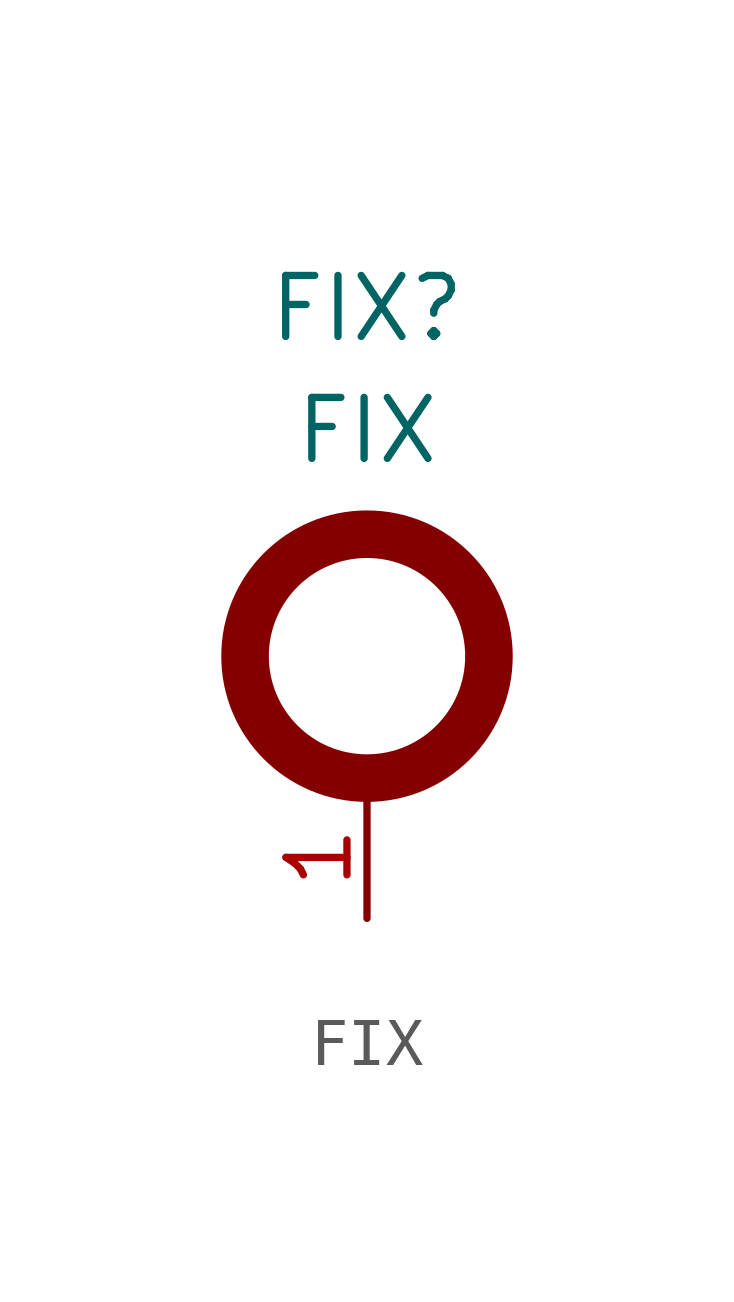
<source format=kicad_sym>
(kicad_symbol_lib
  (version 20220914)
  (generator kicad_symbol_editor)
  (symbol "FIX"
    (pin_names
      (offset 1.016) hide)
    (property "Reference" "FIX"
      (at 0 12.7 0)
      (effects (font (size 1.27 1.27))))
    (property "Value" "FIX"
      (at 0 10.16 0)
      (effects (font (size 1.27 1.27))))
    (property "Datasheet" ""
      (at 0 0 0)
      (effects (font (size 1.27 1.27))))
    (symbol "FIX_0_1"
      (circle (center 0 5.461) (radius 2.54) (stroke (width 0.991) (type default)) (fill (type none))))
    (symbol "FIX_1_1"
      (pin passive line (at 0 0 90) (length 2.54) (name "1" (effects (font (size 1.27 1.27)))) (number "1" (effects (font (size 1.27 1.27))))))))
</source>
